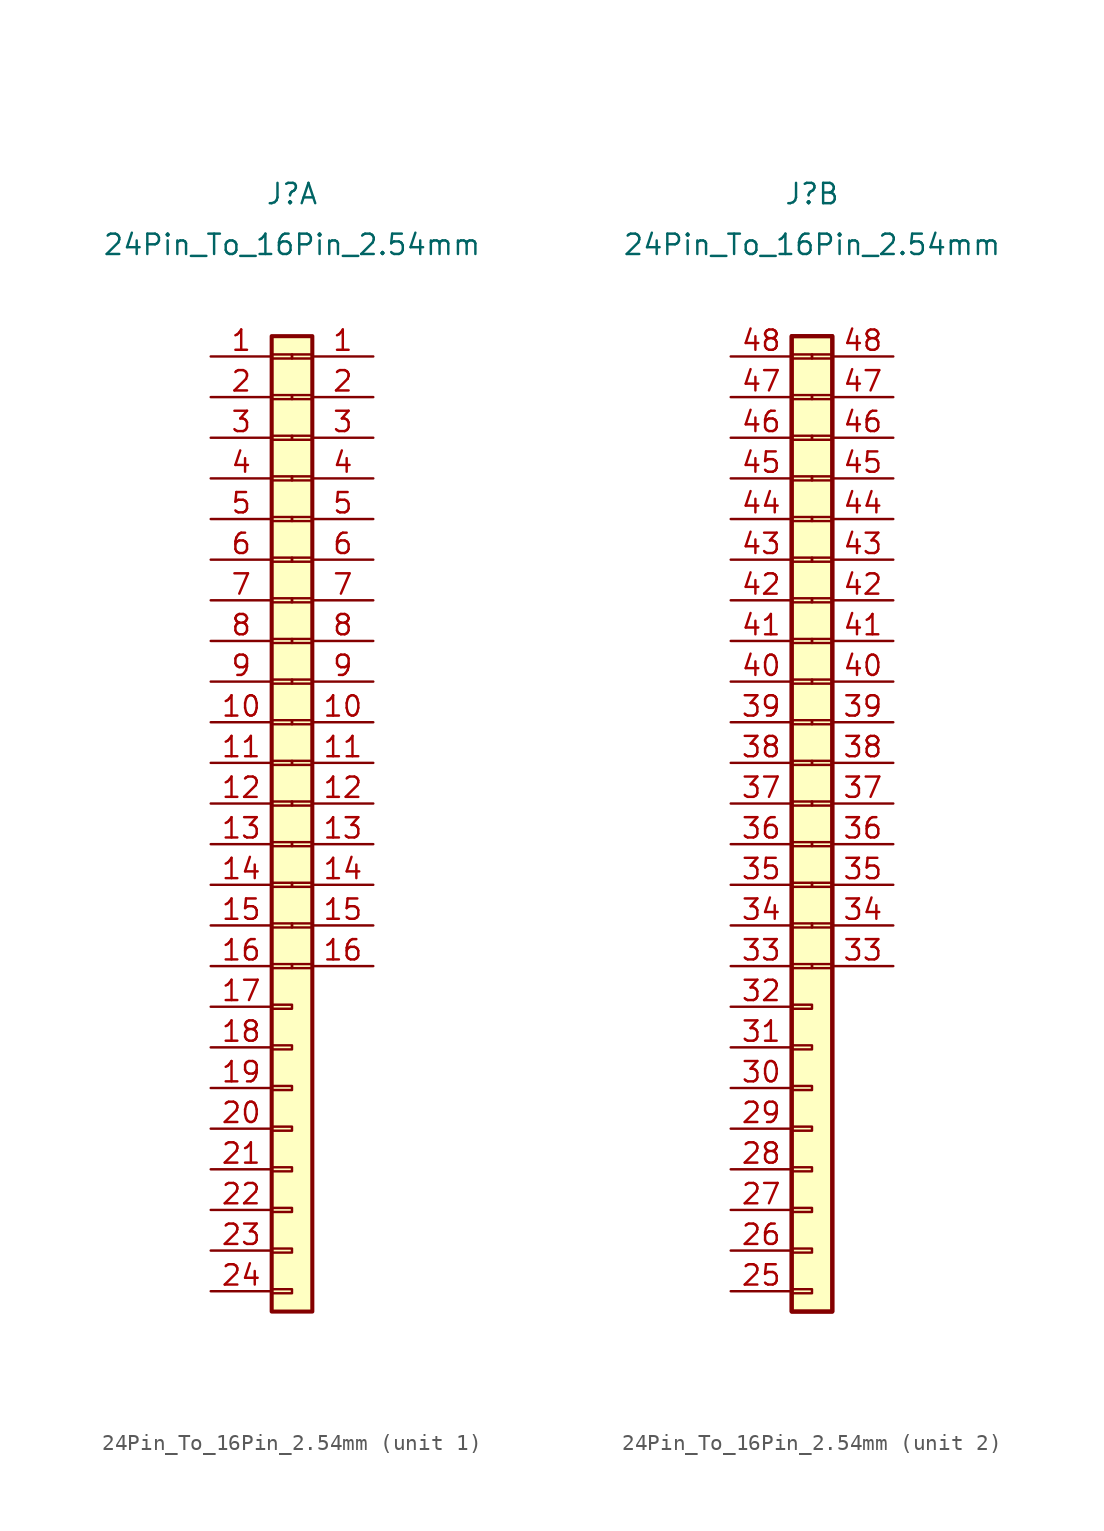
<source format=kicad_sym>
(kicad_symbol_lib
  (version 20211014)
  (generator kicad_symbol_editor)
  (symbol "24Pin_To_16Pin_2.54mm"
    (property "Reference" "J"
      (at 0 8.89 0)
      (effects (font (size 1.27 1.27))))
    (property "Value" "24Pin_To_16Pin_2.54mm"
      (at 0 5.715 0)
      (effects (font (size 1.27 1.27))))
    (property "ki_locked" ""
      (at 0 0 0)
      (effects (font (size 1.27 1.27))))
    (symbol "24Pin_To_16Pin_2.54mm_1_1"
      (rectangle (start -1.27 -59.563) (end 0 -59.817) (stroke (width 0.152) (type default) (color 0 0 0 0)) (fill (type none)))
      (rectangle (start -1.27 -57.023) (end 0 -57.277) (stroke (width 0.152) (type default) (color 0 0 0 0)) (fill (type none)))
      (rectangle (start -1.27 -54.483) (end 0 -54.737) (stroke (width 0.152) (type default) (color 0 0 0 0)) (fill (type none)))
      (rectangle (start -1.27 -51.943) (end 0 -52.197) (stroke (width 0.152) (type default) (color 0 0 0 0)) (fill (type none)))
      (rectangle (start -1.27 -49.403) (end 0 -49.657) (stroke (width 0.152) (type default) (color 0 0 0 0)) (fill (type none)))
      (rectangle (start -1.27 -46.863) (end 0 -47.117) (stroke (width 0.152) (type default) (color 0 0 0 0)) (fill (type none)))
      (rectangle (start -1.27 -44.323) (end 0 -44.577) (stroke (width 0.152) (type default) (color 0 0 0 0)) (fill (type none)))
      (rectangle (start -1.27 -41.783) (end 0 -42.037) (stroke (width 0.152) (type default) (color 0 0 0 0)) (fill (type none)))
      (rectangle (start -1.27 -39.243) (end 0 -39.497) (stroke (width 0.152) (type default) (color 0 0 0 0)) (fill (type none)))
      (rectangle (start -1.27 -36.703) (end 0 -36.957) (stroke (width 0.152) (type default) (color 0 0 0 0)) (fill (type none)))
      (rectangle (start -1.27 -34.163) (end 0 -34.417) (stroke (width 0.152) (type default) (color 0 0 0 0)) (fill (type none)))
      (rectangle (start -1.27 -31.623) (end 0 -31.877) (stroke (width 0.152) (type default) (color 0 0 0 0)) (fill (type none)))
      (rectangle (start -1.27 -29.083) (end 0 -29.337) (stroke (width 0.152) (type default) (color 0 0 0 0)) (fill (type none)))
      (rectangle (start -1.27 -26.543) (end 0 -26.797) (stroke (width 0.152) (type default) (color 0 0 0 0)) (fill (type none)))
      (rectangle (start -1.27 -24.003) (end 0 -24.257) (stroke (width 0.152) (type default) (color 0 0 0 0)) (fill (type none)))
      (rectangle (start -1.27 -21.463) (end 0 -21.717) (stroke (width 0.152) (type default) (color 0 0 0 0)) (fill (type none)))
      (rectangle (start -1.27 -18.923) (end 0 -19.177) (stroke (width 0.152) (type default) (color 0 0 0 0)) (fill (type none)))
      (rectangle (start -1.27 -16.383) (end 0 -16.637) (stroke (width 0.152) (type default) (color 0 0 0 0)) (fill (type none)))
      (rectangle (start -1.27 -13.843) (end 0 -14.097) (stroke (width 0.152) (type default) (color 0 0 0 0)) (fill (type none)))
      (rectangle (start -1.27 -11.303) (end 0 -11.557) (stroke (width 0.152) (type default) (color 0 0 0 0)) (fill (type none)))
      (rectangle (start -1.27 -8.763) (end 0 -9.017) (stroke (width 0.152) (type default) (color 0 0 0 0)) (fill (type none)))
      (rectangle (start -1.27 -6.223) (end 0 -6.477) (stroke (width 0.152) (type default) (color 0 0 0 0)) (fill (type none)))
      (rectangle (start -1.27 -3.683) (end 0 -3.937) (stroke (width 0.152) (type default) (color 0 0 0 0)) (fill (type none)))
      (rectangle (start -1.27 -1.143) (end 0 -1.397) (stroke (width 0.152) (type default) (color 0 0 0 0)) (fill (type none)))
      (rectangle (start -1.27 0) (end 1.27 -60.96) (stroke (width 0.254) (type default) (color 0 0 0 0)) (fill (type background)))
      (rectangle (start 0 -39.497) (end 1.27 -39.243) (stroke (width 0.152) (type default) (color 0 0 0 0)) (fill (type none)))
      (rectangle (start 0 -36.957) (end 1.27 -36.703) (stroke (width 0.152) (type default) (color 0 0 0 0)) (fill (type none)))
      (rectangle (start 0 -34.417) (end 1.27 -34.163) (stroke (width 0.152) (type default) (color 0 0 0 0)) (fill (type none)))
      (rectangle (start 0 -31.877) (end 1.27 -31.623) (stroke (width 0.152) (type default) (color 0 0 0 0)) (fill (type none)))
      (rectangle (start 0 -29.337) (end 1.27 -29.083) (stroke (width 0.152) (type default) (color 0 0 0 0)) (fill (type none)))
      (rectangle (start 0 -26.797) (end 1.27 -26.543) (stroke (width 0.152) (type default) (color 0 0 0 0)) (fill (type none)))
      (rectangle (start 0 -24.257) (end 1.27 -24.003) (stroke (width 0.152) (type default) (color 0 0 0 0)) (fill (type none)))
      (rectangle (start 0 -21.717) (end 1.27 -21.463) (stroke (width 0.152) (type default) (color 0 0 0 0)) (fill (type none)))
      (rectangle (start 0 -19.177) (end 1.27 -18.923) (stroke (width 0.152) (type default) (color 0 0 0 0)) (fill (type none)))
      (rectangle (start 0 -16.637) (end 1.27 -16.383) (stroke (width 0.152) (type default) (color 0 0 0 0)) (fill (type none)))
      (rectangle (start 0 -14.097) (end 1.27 -13.843) (stroke (width 0.152) (type default) (color 0 0 0 0)) (fill (type none)))
      (rectangle (start 0 -11.557) (end 1.27 -11.303) (stroke (width 0.152) (type default) (color 0 0 0 0)) (fill (type none)))
      (rectangle (start 0 -9.017) (end 1.27 -8.763) (stroke (width 0.152) (type default) (color 0 0 0 0)) (fill (type none)))
      (rectangle (start 0 -6.477) (end 1.27 -6.223) (stroke (width 0.152) (type default) (color 0 0 0 0)) (fill (type none)))
      (rectangle (start 0 -3.937) (end 1.27 -3.683) (stroke (width 0.152) (type default) (color 0 0 0 0)) (fill (type none)))
      (rectangle (start 0 -1.397) (end 1.27 -1.143) (stroke (width 0.152) (type default) (color 0 0 0 0)) (fill (type none)))
      (pin passive line (at -5.08 -1.27 0) (length 3.81) (name "" (effects (font (size 1.27 1.27)))) (number "1" (effects (font (size 1.27 1.27)))))
      (pin passive line (at 5.08 -1.27 180) (length 3.81) (name "" (effects (font (size 1.27 1.27)))) (number "1" (effects (font (size 1.27 1.27)))))
      (pin passive line (at -5.08 -24.13 0) (length 3.81) (name "" (effects (font (size 1.27 1.27)))) (number "10" (effects (font (size 1.27 1.27)))))
      (pin passive line (at 5.08 -24.13 180) (length 3.81) (name "" (effects (font (size 1.27 1.27)))) (number "10" (effects (font (size 1.27 1.27)))))
      (pin passive line (at -5.08 -26.67 0) (length 3.81) (name "" (effects (font (size 1.27 1.27)))) (number "11" (effects (font (size 1.27 1.27)))))
      (pin passive line (at 5.08 -26.67 180) (length 3.81) (name "" (effects (font (size 1.27 1.27)))) (number "11" (effects (font (size 1.27 1.27)))))
      (pin passive line (at -5.08 -29.21 0) (length 3.81) (name "" (effects (font (size 1.27 1.27)))) (number "12" (effects (font (size 1.27 1.27)))))
      (pin passive line (at 5.08 -29.21 180) (length 3.81) (name "" (effects (font (size 1.27 1.27)))) (number "12" (effects (font (size 1.27 1.27)))))
      (pin passive line (at -5.08 -31.75 0) (length 3.81) (name "" (effects (font (size 1.27 1.27)))) (number "13" (effects (font (size 1.27 1.27)))))
      (pin passive line (at 5.08 -31.75 180) (length 3.81) (name "" (effects (font (size 1.27 1.27)))) (number "13" (effects (font (size 1.27 1.27)))))
      (pin passive line (at -5.08 -34.29 0) (length 3.81) (name "" (effects (font (size 1.27 1.27)))) (number "14" (effects (font (size 1.27 1.27)))))
      (pin passive line (at 5.08 -34.29 180) (length 3.81) (name "" (effects (font (size 1.27 1.27)))) (number "14" (effects (font (size 1.27 1.27)))))
      (pin passive line (at -5.08 -36.83 0) (length 3.81) (name "" (effects (font (size 1.27 1.27)))) (number "15" (effects (font (size 1.27 1.27)))))
      (pin passive line (at 5.08 -36.83 180) (length 3.81) (name "" (effects (font (size 1.27 1.27)))) (number "15" (effects (font (size 1.27 1.27)))))
      (pin passive line (at -5.08 -39.37 0) (length 3.81) (name "" (effects (font (size 1.27 1.27)))) (number "16" (effects (font (size 1.27 1.27)))))
      (pin passive line (at 5.08 -39.37 180) (length 3.81) (name "" (effects (font (size 1.27 1.27)))) (number "16" (effects (font (size 1.27 1.27)))))
      (pin passive line (at -5.08 -41.91 0) (length 3.81) (name "" (effects (font (size 1.27 1.27)))) (number "17" (effects (font (size 1.27 1.27)))))
      (pin passive line (at -5.08 -44.45 0) (length 3.81) (name "" (effects (font (size 1.27 1.27)))) (number "18" (effects (font (size 1.27 1.27)))))
      (pin passive line (at -5.08 -46.99 0) (length 3.81) (name "" (effects (font (size 1.27 1.27)))) (number "19" (effects (font (size 1.27 1.27)))))
      (pin passive line (at -5.08 -3.81 0) (length 3.81) (name "" (effects (font (size 1.27 1.27)))) (number "2" (effects (font (size 1.27 1.27)))))
      (pin passive line (at 5.08 -3.81 180) (length 3.81) (name "" (effects (font (size 1.27 1.27)))) (number "2" (effects (font (size 1.27 1.27)))))
      (pin passive line (at -5.08 -49.53 0) (length 3.81) (name "" (effects (font (size 1.27 1.27)))) (number "20" (effects (font (size 1.27 1.27)))))
      (pin passive line (at -5.08 -52.07 0) (length 3.81) (name "" (effects (font (size 1.27 1.27)))) (number "21" (effects (font (size 1.27 1.27)))))
      (pin passive line (at -5.08 -54.61 0) (length 3.81) (name "" (effects (font (size 1.27 1.27)))) (number "22" (effects (font (size 1.27 1.27)))))
      (pin passive line (at -5.08 -57.15 0) (length 3.81) (name "" (effects (font (size 1.27 1.27)))) (number "23" (effects (font (size 1.27 1.27)))))
      (pin passive line (at -5.08 -59.69 0) (length 3.81) (name "" (effects (font (size 1.27 1.27)))) (number "24" (effects (font (size 1.27 1.27)))))
      (pin passive line (at -5.08 -6.35 0) (length 3.81) (name "" (effects (font (size 1.27 1.27)))) (number "3" (effects (font (size 1.27 1.27)))))
      (pin passive line (at 5.08 -6.35 180) (length 3.81) (name "" (effects (font (size 1.27 1.27)))) (number "3" (effects (font (size 1.27 1.27)))))
      (pin passive line (at -5.08 -8.89 0) (length 3.81) (name "" (effects (font (size 1.27 1.27)))) (number "4" (effects (font (size 1.27 1.27)))))
      (pin passive line (at 5.08 -8.89 180) (length 3.81) (name "" (effects (font (size 1.27 1.27)))) (number "4" (effects (font (size 1.27 1.27)))))
      (pin passive line (at -5.08 -11.43 0) (length 3.81) (name "" (effects (font (size 1.27 1.27)))) (number "5" (effects (font (size 1.27 1.27)))))
      (pin passive line (at 5.08 -11.43 180) (length 3.81) (name "" (effects (font (size 1.27 1.27)))) (number "5" (effects (font (size 1.27 1.27)))))
      (pin passive line (at -5.08 -13.97 0) (length 3.81) (name "" (effects (font (size 1.27 1.27)))) (number "6" (effects (font (size 1.27 1.27)))))
      (pin passive line (at 5.08 -13.97 180) (length 3.81) (name "" (effects (font (size 1.27 1.27)))) (number "6" (effects (font (size 1.27 1.27)))))
      (pin passive line (at -5.08 -16.51 0) (length 3.81) (name "" (effects (font (size 1.27 1.27)))) (number "7" (effects (font (size 1.27 1.27)))))
      (pin passive line (at 5.08 -16.51 180) (length 3.81) (name "" (effects (font (size 1.27 1.27)))) (number "7" (effects (font (size 1.27 1.27)))))
      (pin passive line (at -5.08 -19.05 0) (length 3.81) (name "" (effects (font (size 1.27 1.27)))) (number "8" (effects (font (size 1.27 1.27)))))
      (pin passive line (at 5.08 -19.05 180) (length 3.81) (name "" (effects (font (size 1.27 1.27)))) (number "8" (effects (font (size 1.27 1.27)))))
      (pin passive line (at -5.08 -21.59 0) (length 3.81) (name "" (effects (font (size 1.27 1.27)))) (number "9" (effects (font (size 1.27 1.27)))))
      (pin passive line (at 5.08 -21.59 180) (length 3.81) (name "" (effects (font (size 1.27 1.27)))) (number "9" (effects (font (size 1.27 1.27))))))
    (symbol "24Pin_To_16Pin_2.54mm_2_1"
      (rectangle (start -1.27 -60.96) (end 1.27 0) (stroke (width 0.254) (type default) (color 0 0 0 0)) (fill (type background)))
      (rectangle (start -1.27 -59.563) (end 0 -59.817) (stroke (width 0.152) (type default) (color 0 0 0 0)) (fill (type none)))
      (rectangle (start -1.27 -57.023) (end 0 -57.277) (stroke (width 0.152) (type default) (color 0 0 0 0)) (fill (type none)))
      (rectangle (start -1.27 -54.483) (end 0 -54.737) (stroke (width 0.152) (type default) (color 0 0 0 0)) (fill (type none)))
      (rectangle (start -1.27 -51.943) (end 0 -52.197) (stroke (width 0.152) (type default) (color 0 0 0 0)) (fill (type none)))
      (rectangle (start -1.27 -49.403) (end 0 -49.657) (stroke (width 0.152) (type default) (color 0 0 0 0)) (fill (type none)))
      (rectangle (start -1.27 -46.863) (end 0 -47.117) (stroke (width 0.152) (type default) (color 0 0 0 0)) (fill (type none)))
      (rectangle (start -1.27 -44.323) (end 0 -44.577) (stroke (width 0.152) (type default) (color 0 0 0 0)) (fill (type none)))
      (rectangle (start -1.27 -41.783) (end 0 -42.037) (stroke (width 0.152) (type default) (color 0 0 0 0)) (fill (type none)))
      (rectangle (start -1.27 -39.243) (end 0 -39.497) (stroke (width 0.152) (type default) (color 0 0 0 0)) (fill (type none)))
      (rectangle (start -1.27 -36.703) (end 0 -36.957) (stroke (width 0.152) (type default) (color 0 0 0 0)) (fill (type none)))
      (rectangle (start -1.27 -34.163) (end 0 -34.417) (stroke (width 0.152) (type default) (color 0 0 0 0)) (fill (type none)))
      (rectangle (start -1.27 -31.623) (end 0 -31.877) (stroke (width 0.152) (type default) (color 0 0 0 0)) (fill (type none)))
      (rectangle (start -1.27 -29.083) (end 0 -29.337) (stroke (width 0.152) (type default) (color 0 0 0 0)) (fill (type none)))
      (rectangle (start -1.27 -26.543) (end 0 -26.797) (stroke (width 0.152) (type default) (color 0 0 0 0)) (fill (type none)))
      (rectangle (start -1.27 -24.003) (end 0 -24.257) (stroke (width 0.152) (type default) (color 0 0 0 0)) (fill (type none)))
      (rectangle (start -1.27 -21.463) (end 0 -21.717) (stroke (width 0.152) (type default) (color 0 0 0 0)) (fill (type none)))
      (rectangle (start -1.27 -18.923) (end 0 -19.177) (stroke (width 0.152) (type default) (color 0 0 0 0)) (fill (type none)))
      (rectangle (start -1.27 -16.383) (end 0 -16.637) (stroke (width 0.152) (type default) (color 0 0 0 0)) (fill (type none)))
      (rectangle (start -1.27 -13.843) (end 0 -14.097) (stroke (width 0.152) (type default) (color 0 0 0 0)) (fill (type none)))
      (rectangle (start -1.27 -11.303) (end 0 -11.557) (stroke (width 0.152) (type default) (color 0 0 0 0)) (fill (type none)))
      (rectangle (start -1.27 -8.763) (end 0 -9.017) (stroke (width 0.152) (type default) (color 0 0 0 0)) (fill (type none)))
      (rectangle (start -1.27 -6.223) (end 0 -6.477) (stroke (width 0.152) (type default) (color 0 0 0 0)) (fill (type none)))
      (rectangle (start -1.27 -3.683) (end 0 -3.937) (stroke (width 0.152) (type default) (color 0 0 0 0)) (fill (type none)))
      (rectangle (start -1.27 -1.143) (end 0 -1.397) (stroke (width 0.152) (type default) (color 0 0 0 0)) (fill (type none)))
      (rectangle (start -1.27 0) (end 1.27 -60.96) (stroke (width 0.254) (type default) (color 0 0 0 0)) (fill (type background)))
      (rectangle (start 0 -39.497) (end 1.27 -39.243) (stroke (width 0.152) (type default) (color 0 0 0 0)) (fill (type none)))
      (rectangle (start 0 -36.957) (end 1.27 -36.703) (stroke (width 0.152) (type default) (color 0 0 0 0)) (fill (type none)))
      (rectangle (start 0 -34.417) (end 1.27 -34.163) (stroke (width 0.152) (type default) (color 0 0 0 0)) (fill (type none)))
      (rectangle (start 0 -31.877) (end 1.27 -31.623) (stroke (width 0.152) (type default) (color 0 0 0 0)) (fill (type none)))
      (rectangle (start 0 -29.337) (end 1.27 -29.083) (stroke (width 0.152) (type default) (color 0 0 0 0)) (fill (type none)))
      (rectangle (start 0 -26.797) (end 1.27 -26.543) (stroke (width 0.152) (type default) (color 0 0 0 0)) (fill (type none)))
      (rectangle (start 0 -24.257) (end 1.27 -24.003) (stroke (width 0.152) (type default) (color 0 0 0 0)) (fill (type none)))
      (rectangle (start 0 -21.717) (end 1.27 -21.463) (stroke (width 0.152) (type default) (color 0 0 0 0)) (fill (type none)))
      (rectangle (start 0 -19.177) (end 1.27 -18.923) (stroke (width 0.152) (type default) (color 0 0 0 0)) (fill (type none)))
      (rectangle (start 0 -16.637) (end 1.27 -16.383) (stroke (width 0.152) (type default) (color 0 0 0 0)) (fill (type none)))
      (rectangle (start 0 -14.097) (end 1.27 -13.843) (stroke (width 0.152) (type default) (color 0 0 0 0)) (fill (type none)))
      (rectangle (start 0 -11.557) (end 1.27 -11.303) (stroke (width 0.152) (type default) (color 0 0 0 0)) (fill (type none)))
      (rectangle (start 0 -9.017) (end 1.27 -8.763) (stroke (width 0.152) (type default) (color 0 0 0 0)) (fill (type none)))
      (rectangle (start 0 -6.477) (end 1.27 -6.223) (stroke (width 0.152) (type default) (color 0 0 0 0)) (fill (type none)))
      (rectangle (start 0 -3.937) (end 1.27 -3.683) (stroke (width 0.152) (type default) (color 0 0 0 0)) (fill (type none)))
      (rectangle (start 0 -1.397) (end 1.27 -1.143) (stroke (width 0.152) (type default) (color 0 0 0 0)) (fill (type none)))
      (pin passive line (at -5.08 -59.69 0) (length 3.81) (name "" (effects (font (size 1.27 1.27)))) (number "25" (effects (font (size 1.27 1.27)))))
      (pin passive line (at -5.08 -57.15 0) (length 3.81) (name "" (effects (font (size 1.27 1.27)))) (number "26" (effects (font (size 1.27 1.27)))))
      (pin passive line (at -5.08 -54.61 0) (length 3.81) (name "" (effects (font (size 1.27 1.27)))) (number "27" (effects (font (size 1.27 1.27)))))
      (pin passive line (at -5.08 -52.07 0) (length 3.81) (name "" (effects (font (size 1.27 1.27)))) (number "28" (effects (font (size 1.27 1.27)))))
      (pin passive line (at -5.08 -49.53 0) (length 3.81) (name "" (effects (font (size 1.27 1.27)))) (number "29" (effects (font (size 1.27 1.27)))))
      (pin passive line (at -5.08 -46.99 0) (length 3.81) (name "" (effects (font (size 1.27 1.27)))) (number "30" (effects (font (size 1.27 1.27)))))
      (pin passive line (at -5.08 -44.45 0) (length 3.81) (name "" (effects (font (size 1.27 1.27)))) (number "31" (effects (font (size 1.27 1.27)))))
      (pin passive line (at -5.08 -41.91 0) (length 3.81) (name "" (effects (font (size 1.27 1.27)))) (number "32" (effects (font (size 1.27 1.27)))))
      (pin passive line (at -5.08 -39.37 0) (length 3.81) (name "" (effects (font (size 1.27 1.27)))) (number "33" (effects (font (size 1.27 1.27)))))
      (pin passive line (at 5.08 -39.37 180) (length 3.81) (name "" (effects (font (size 1.27 1.27)))) (number "33" (effects (font (size 1.27 1.27)))))
      (pin passive line (at -5.08 -36.83 0) (length 3.81) (name "" (effects (font (size 1.27 1.27)))) (number "34" (effects (font (size 1.27 1.27)))))
      (pin passive line (at 5.08 -36.83 180) (length 3.81) (name "" (effects (font (size 1.27 1.27)))) (number "34" (effects (font (size 1.27 1.27)))))
      (pin passive line (at -5.08 -34.29 0) (length 3.81) (name "" (effects (font (size 1.27 1.27)))) (number "35" (effects (font (size 1.27 1.27)))))
      (pin passive line (at 5.08 -34.29 180) (length 3.81) (name "" (effects (font (size 1.27 1.27)))) (number "35" (effects (font (size 1.27 1.27)))))
      (pin passive line (at -5.08 -31.75 0) (length 3.81) (name "" (effects (font (size 1.27 1.27)))) (number "36" (effects (font (size 1.27 1.27)))))
      (pin passive line (at 5.08 -31.75 180) (length 3.81) (name "" (effects (font (size 1.27 1.27)))) (number "36" (effects (font (size 1.27 1.27)))))
      (pin passive line (at -5.08 -29.21 0) (length 3.81) (name "" (effects (font (size 1.27 1.27)))) (number "37" (effects (font (size 1.27 1.27)))))
      (pin passive line (at 5.08 -29.21 180) (length 3.81) (name "" (effects (font (size 1.27 1.27)))) (number "37" (effects (font (size 1.27 1.27)))))
      (pin passive line (at -5.08 -26.67 0) (length 3.81) (name "" (effects (font (size 1.27 1.27)))) (number "38" (effects (font (size 1.27 1.27)))))
      (pin passive line (at 5.08 -26.67 180) (length 3.81) (name "" (effects (font (size 1.27 1.27)))) (number "38" (effects (font (size 1.27 1.27)))))
      (pin passive line (at -5.08 -24.13 0) (length 3.81) (name "" (effects (font (size 1.27 1.27)))) (number "39" (effects (font (size 1.27 1.27)))))
      (pin passive line (at 5.08 -24.13 180) (length 3.81) (name "" (effects (font (size 1.27 1.27)))) (number "39" (effects (font (size 1.27 1.27)))))
      (pin passive line (at -5.08 -21.59 0) (length 3.81) (name "" (effects (font (size 1.27 1.27)))) (number "40" (effects (font (size 1.27 1.27)))))
      (pin passive line (at 5.08 -21.59 180) (length 3.81) (name "" (effects (font (size 1.27 1.27)))) (number "40" (effects (font (size 1.27 1.27)))))
      (pin passive line (at -5.08 -19.05 0) (length 3.81) (name "" (effects (font (size 1.27 1.27)))) (number "41" (effects (font (size 1.27 1.27)))))
      (pin passive line (at 5.08 -19.05 180) (length 3.81) (name "" (effects (font (size 1.27 1.27)))) (number "41" (effects (font (size 1.27 1.27)))))
      (pin passive line (at -5.08 -16.51 0) (length 3.81) (name "" (effects (font (size 1.27 1.27)))) (number "42" (effects (font (size 1.27 1.27)))))
      (pin passive line (at 5.08 -16.51 180) (length 3.81) (name "" (effects (font (size 1.27 1.27)))) (number "42" (effects (font (size 1.27 1.27)))))
      (pin passive line (at -5.08 -13.97 0) (length 3.81) (name "" (effects (font (size 1.27 1.27)))) (number "43" (effects (font (size 1.27 1.27)))))
      (pin passive line (at 5.08 -13.97 180) (length 3.81) (name "" (effects (font (size 1.27 1.27)))) (number "43" (effects (font (size 1.27 1.27)))))
      (pin passive line (at -5.08 -11.43 0) (length 3.81) (name "" (effects (font (size 1.27 1.27)))) (number "44" (effects (font (size 1.27 1.27)))))
      (pin passive line (at 5.08 -11.43 180) (length 3.81) (name "" (effects (font (size 1.27 1.27)))) (number "44" (effects (font (size 1.27 1.27)))))
      (pin passive line (at -5.08 -8.89 0) (length 3.81) (name "" (effects (font (size 1.27 1.27)))) (number "45" (effects (font (size 1.27 1.27)))))
      (pin passive line (at 5.08 -8.89 180) (length 3.81) (name "" (effects (font (size 1.27 1.27)))) (number "45" (effects (font (size 1.27 1.27)))))
      (pin passive line (at -5.08 -6.35 0) (length 3.81) (name "" (effects (font (size 1.27 1.27)))) (number "46" (effects (font (size 1.27 1.27)))))
      (pin passive line (at 5.08 -6.35 180) (length 3.81) (name "" (effects (font (size 1.27 1.27)))) (number "46" (effects (font (size 1.27 1.27)))))
      (pin passive line (at -5.08 -3.81 0) (length 3.81) (name "" (effects (font (size 1.27 1.27)))) (number "47" (effects (font (size 1.27 1.27)))))
      (pin passive line (at 5.08 -3.81 180) (length 3.81) (name "" (effects (font (size 1.27 1.27)))) (number "47" (effects (font (size 1.27 1.27)))))
      (pin passive line (at -5.08 -1.27 0) (length 3.81) (name "" (effects (font (size 1.27 1.27)))) (number "48" (effects (font (size 1.27 1.27)))))
      (pin passive line (at 5.08 -1.27 180) (length 3.81) (name "" (effects (font (size 1.27 1.27)))) (number "48" (effects (font (size 1.27 1.27))))))))
</source>
